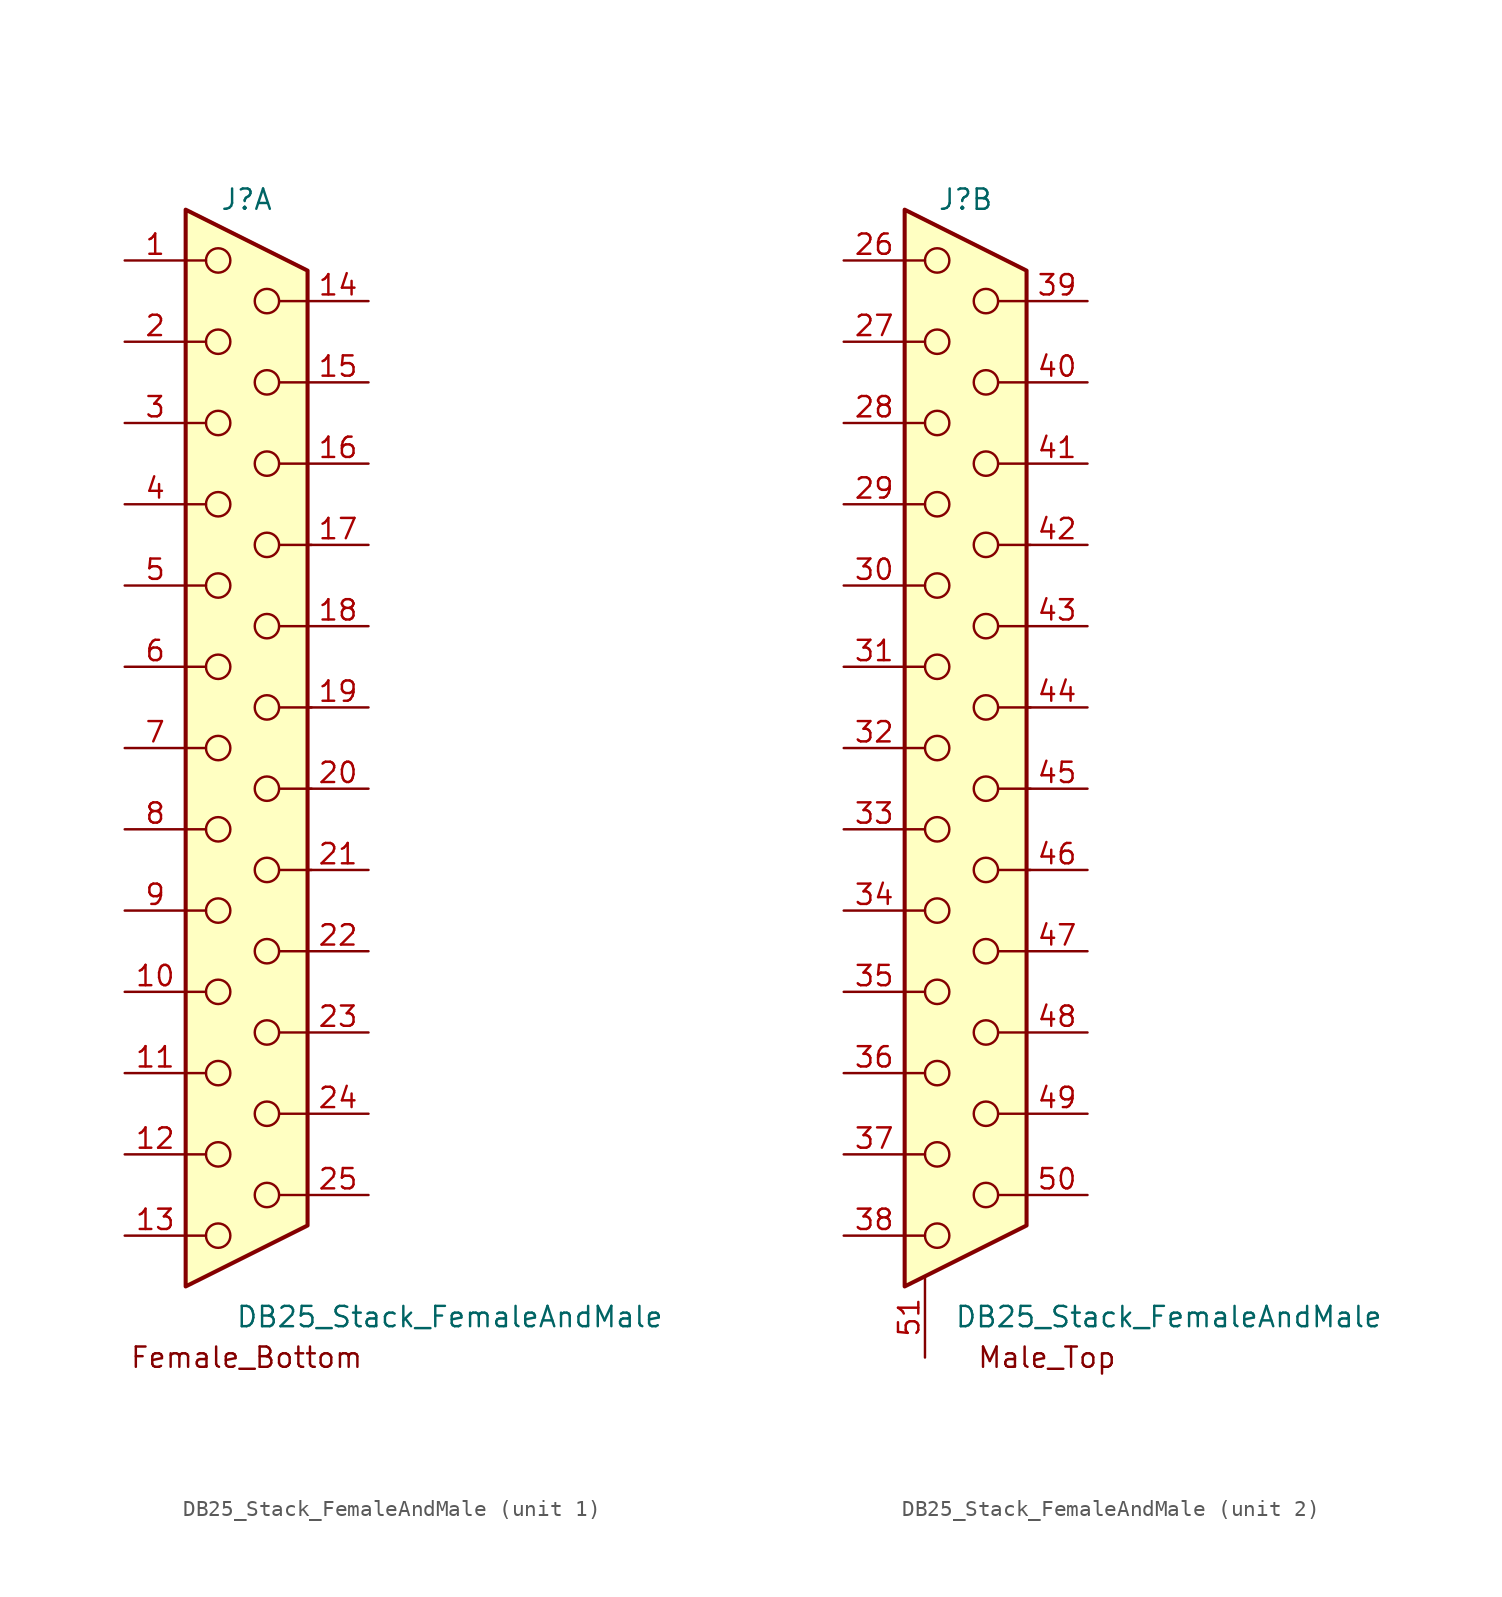
<source format=kicad_sym>
(kicad_symbol_lib
  (version 20231120)
  (generator "kicad_symbol_editor")
  (generator_version "8.0")
  (symbol "DB25_Stack_FemaleAndMale"
    (pin_names
      (offset 1.016) hide)
    (property "Reference" "J"
      (at 0 34.29 0)
      (effects (font (size 1.27 1.27))))
    (property "Value" "DB25_Stack_FemaleAndMale"
      (at 12.7 -35.56 0)
      (effects (font (size 1.27 1.27))))
    (symbol "DB25_Stack_FemaleAndMale_0_1"
      (circle (center -1.778 -30.48) (radius 0.762) (stroke (width 0) (type default)) (fill (type none)))
      (circle (center -1.778 -25.4) (radius 0.762) (stroke (width 0) (type default)) (fill (type none)))
      (circle (center -1.778 -20.32) (radius 0.762) (stroke (width 0) (type default)) (fill (type none)))
      (circle (center -1.778 -15.24) (radius 0.762) (stroke (width 0) (type default)) (fill (type none)))
      (circle (center -1.778 -10.16) (radius 0.762) (stroke (width 0) (type default)) (fill (type none)))
      (circle (center -1.778 -5.08) (radius 0.762) (stroke (width 0) (type default)) (fill (type none)))
      (circle (center -1.778 0) (radius 0.762) (stroke (width 0) (type default)) (fill (type none)))
      (circle (center -1.778 5.08) (radius 0.762) (stroke (width 0) (type default)) (fill (type none)))
      (circle (center -1.778 10.16) (radius 0.762) (stroke (width 0) (type default)) (fill (type none)))
      (circle (center -1.778 15.24) (radius 0.762) (stroke (width 0) (type default)) (fill (type none)))
      (circle (center -1.778 20.32) (radius 0.762) (stroke (width 0) (type default)) (fill (type none)))
      (circle (center -1.778 25.4) (radius 0.762) (stroke (width 0) (type default)) (fill (type none)))
      (circle (center -1.778 30.48) (radius 0.762) (stroke (width 0) (type default)) (fill (type none)))
      (polyline (pts (xy -3.81 -30.48) (xy -2.54 -30.48)) (stroke (width 0) (type default)) (fill (type none)))
      (polyline (pts (xy -3.81 -25.4) (xy -2.54 -25.4)) (stroke (width 0) (type default)) (fill (type none)))
      (polyline (pts (xy -3.81 -20.32) (xy -2.54 -20.32)) (stroke (width 0) (type default)) (fill (type none)))
      (polyline (pts (xy -3.81 -15.24) (xy -2.54 -15.24)) (stroke (width 0) (type default)) (fill (type none)))
      (polyline (pts (xy -3.81 -10.16) (xy -2.54 -10.16)) (stroke (width 0) (type default)) (fill (type none)))
      (polyline (pts (xy -3.81 -5.08) (xy -2.54 -5.08)) (stroke (width 0) (type default)) (fill (type none)))
      (polyline (pts (xy -3.81 0) (xy -2.54 0)) (stroke (width 0) (type default)) (fill (type none)))
      (polyline (pts (xy -3.81 5.08) (xy -2.54 5.08)) (stroke (width 0) (type default)) (fill (type none)))
      (polyline (pts (xy -3.81 10.16) (xy -2.54 10.16)) (stroke (width 0) (type default)) (fill (type none)))
      (polyline (pts (xy -3.81 15.24) (xy -2.54 15.24)) (stroke (width 0) (type default)) (fill (type none)))
      (polyline (pts (xy -3.81 20.32) (xy -2.54 20.32)) (stroke (width 0) (type default)) (fill (type none)))
      (polyline (pts (xy -3.81 25.4) (xy -2.54 25.4)) (stroke (width 0) (type default)) (fill (type none)))
      (polyline (pts (xy -3.81 30.48) (xy -2.54 30.48)) (stroke (width 0) (type default)) (fill (type none)))
      (polyline (pts (xy 2.032 -17.78) (xy 3.81 -17.78)) (stroke (width 0) (type default)) (fill (type none)))
      (polyline (pts (xy 2.032 -12.7) (xy 3.81 -12.7)) (stroke (width 0) (type default)) (fill (type none)))
      (polyline (pts (xy 2.032 -2.54) (xy 4.064 -2.54)) (stroke (width 0) (type default)) (fill (type none)))
      (polyline (pts (xy 2.032 7.62) (xy 3.81 7.62)) (stroke (width 0) (type default)) (fill (type none)))
      (polyline (pts (xy 2.032 12.7) (xy 4.064 12.7)) (stroke (width 0) (type default)) (fill (type none)))
      (polyline (pts (xy 2.032 17.78) (xy 3.81 17.78)) (stroke (width 0) (type default)) (fill (type none)))
      (polyline (pts (xy 2.032 22.86) (xy 3.81 22.86)) (stroke (width 0) (type default)) (fill (type none)))
      (polyline (pts (xy 2.032 27.94) (xy 3.81 27.94)) (stroke (width 0) (type default)) (fill (type none)))
      (polyline (pts (xy 3.81 -27.94) (xy 2.032 -27.94)) (stroke (width 0) (type default)) (fill (type none)))
      (polyline (pts (xy 3.81 -22.86) (xy 2.032 -22.86)) (stroke (width 0) (type default)) (fill (type none)))
      (polyline (pts (xy 4.064 -7.62) (xy 2.032 -7.62)) (stroke (width 0) (type default)) (fill (type none)))
      (polyline (pts (xy 4.064 2.54) (xy 2.032 2.54)) (stroke (width 0) (type default)) (fill (type none)))
      (polyline (pts (xy -3.81 33.655) (xy 3.81 29.845) (xy 3.81 -29.845) (xy -3.81 -33.655) (xy -3.81 33.655)) (stroke (width 0.254) (type default)) (fill (type background)))
      (circle (center 1.27 -27.94) (radius 0.762) (stroke (width 0) (type default)) (fill (type none)))
      (circle (center 1.27 -22.86) (radius 0.762) (stroke (width 0) (type default)) (fill (type none)))
      (circle (center 1.27 -17.78) (radius 0.762) (stroke (width 0) (type default)) (fill (type none)))
      (circle (center 1.27 -12.7) (radius 0.762) (stroke (width 0) (type default)) (fill (type none)))
      (circle (center 1.27 -7.62) (radius 0.762) (stroke (width 0) (type default)) (fill (type none)))
      (circle (center 1.27 -2.54) (radius 0.762) (stroke (width 0) (type default)) (fill (type none)))
      (circle (center 1.27 2.54) (radius 0.762) (stroke (width 0) (type default)) (fill (type none)))
      (circle (center 1.27 7.62) (radius 0.762) (stroke (width 0) (type default)) (fill (type none)))
      (circle (center 1.27 12.7) (radius 0.762) (stroke (width 0) (type default)) (fill (type none)))
      (circle (center 1.27 17.78) (radius 0.762) (stroke (width 0) (type default)) (fill (type none)))
      (circle (center 1.27 22.86) (radius 0.762) (stroke (width 0) (type default)) (fill (type none)))
      (circle (center 1.27 27.94) (radius 0.762) (stroke (width 0) (type default)) (fill (type none))))
    (symbol "DB25_Stack_FemaleAndMale_1_0"
      (text "Female_Bottom" (at 0 -38.1 0) (effects (font (size 1.27 1.27)))))
    (symbol "DB25_Stack_FemaleAndMale_1_1"
      (pin passive line (at -7.62 30.48 0) (length 3.81) (name "1" (effects (font (size 1.27 1.27)))) (number "1" (effects (font (size 1.27 1.27)))))
      (pin passive line (at -7.62 -15.24 0) (length 3.81) (name "10" (effects (font (size 1.27 1.27)))) (number "10" (effects (font (size 1.27 1.27)))))
      (pin passive line (at -7.62 -20.32 0) (length 3.81) (name "11" (effects (font (size 1.27 1.27)))) (number "11" (effects (font (size 1.27 1.27)))))
      (pin passive line (at -7.62 -25.4 0) (length 3.81) (name "12" (effects (font (size 1.27 1.27)))) (number "12" (effects (font (size 1.27 1.27)))))
      (pin passive line (at -7.62 -30.48 0) (length 3.81) (name "13" (effects (font (size 1.27 1.27)))) (number "13" (effects (font (size 1.27 1.27)))))
      (pin passive line (at 7.62 27.94 180) (length 3.81) (name "P14" (effects (font (size 1.27 1.27)))) (number "14" (effects (font (size 1.27 1.27)))))
      (pin passive line (at 7.62 22.86 180) (length 3.81) (name "P15" (effects (font (size 1.27 1.27)))) (number "15" (effects (font (size 1.27 1.27)))))
      (pin passive line (at 7.62 17.78 180) (length 3.81) (name "P16" (effects (font (size 1.27 1.27)))) (number "16" (effects (font (size 1.27 1.27)))))
      (pin passive line (at 7.62 12.7 180) (length 3.81) (name "P17" (effects (font (size 1.27 1.27)))) (number "17" (effects (font (size 1.27 1.27)))))
      (pin passive line (at 7.62 7.62 180) (length 3.81) (name "P18" (effects (font (size 1.27 1.27)))) (number "18" (effects (font (size 1.27 1.27)))))
      (pin passive line (at 7.62 2.54 180) (length 3.81) (name "P19" (effects (font (size 1.27 1.27)))) (number "19" (effects (font (size 1.27 1.27)))))
      (pin passive line (at -7.62 25.4 0) (length 3.81) (name "2" (effects (font (size 1.27 1.27)))) (number "2" (effects (font (size 1.27 1.27)))))
      (pin passive line (at 7.62 -2.54 180) (length 3.81) (name "P20" (effects (font (size 1.27 1.27)))) (number "20" (effects (font (size 1.27 1.27)))))
      (pin passive line (at 7.62 -7.62 180) (length 3.81) (name "P21" (effects (font (size 1.27 1.27)))) (number "21" (effects (font (size 1.27 1.27)))))
      (pin passive line (at 7.62 -12.7 180) (length 3.81) (name "P22" (effects (font (size 1.27 1.27)))) (number "22" (effects (font (size 1.27 1.27)))))
      (pin passive line (at 7.62 -17.78 180) (length 3.81) (name "P23" (effects (font (size 1.27 1.27)))) (number "23" (effects (font (size 1.27 1.27)))))
      (pin passive line (at 7.62 -22.86 180) (length 3.81) (name "P24" (effects (font (size 1.27 1.27)))) (number "24" (effects (font (size 1.27 1.27)))))
      (pin passive line (at 7.62 -27.94 180) (length 3.81) (name "P25" (effects (font (size 1.27 1.27)))) (number "25" (effects (font (size 1.27 1.27)))))
      (pin passive line (at -7.62 20.32 0) (length 3.81) (name "3" (effects (font (size 1.27 1.27)))) (number "3" (effects (font (size 1.27 1.27)))))
      (pin passive line (at -7.62 15.24 0) (length 3.81) (name "4" (effects (font (size 1.27 1.27)))) (number "4" (effects (font (size 1.27 1.27)))))
      (pin passive line (at -7.62 10.16 0) (length 3.81) (name "5" (effects (font (size 1.27 1.27)))) (number "5" (effects (font (size 1.27 1.27)))))
      (pin passive line (at -7.62 5.08 0) (length 3.81) (name "6" (effects (font (size 1.27 1.27)))) (number "6" (effects (font (size 1.27 1.27)))))
      (pin passive line (at -7.62 0 0) (length 3.81) (name "7" (effects (font (size 1.27 1.27)))) (number "7" (effects (font (size 1.27 1.27)))))
      (pin passive line (at -7.62 -5.08 0) (length 3.81) (name "8" (effects (font (size 1.27 1.27)))) (number "8" (effects (font (size 1.27 1.27)))))
      (pin passive line (at -7.62 -10.16 0) (length 3.81) (name "9" (effects (font (size 1.27 1.27)))) (number "9" (effects (font (size 1.27 1.27))))))
    (symbol "DB25_Stack_FemaleAndMale_2_0"
      (text "Male_Top" (at 5.08 -38.1 0) (effects (font (size 1.27 1.27))))
      (pin power_in line (at -2.54 -38.1 90) (length 5.02) (name "GND" (effects (font (size 1.27 1.27)))) (number "51" (effects (font (size 1.27 1.27))))))
    (symbol "DB25_Stack_FemaleAndMale_2_1"
      (pin passive line (at -7.62 30.48 0) (length 3.81) (name "26" (effects (font (size 1.27 1.27)))) (number "26" (effects (font (size 1.27 1.27)))))
      (pin passive line (at -7.62 25.4 0) (length 3.81) (name "27" (effects (font (size 1.27 1.27)))) (number "27" (effects (font (size 1.27 1.27)))))
      (pin passive line (at -7.62 20.32 0) (length 3.81) (name "28" (effects (font (size 1.27 1.27)))) (number "28" (effects (font (size 1.27 1.27)))))
      (pin passive line (at -7.62 15.24 0) (length 3.81) (name "29" (effects (font (size 1.27 1.27)))) (number "29" (effects (font (size 1.27 1.27)))))
      (pin passive line (at -7.62 10.16 0) (length 3.81) (name "30" (effects (font (size 1.27 1.27)))) (number "30" (effects (font (size 1.27 1.27)))))
      (pin passive line (at -7.62 5.08 0) (length 3.81) (name "31" (effects (font (size 1.27 1.27)))) (number "31" (effects (font (size 1.27 1.27)))))
      (pin passive line (at -7.62 0 0) (length 3.81) (name "32" (effects (font (size 1.27 1.27)))) (number "32" (effects (font (size 1.27 1.27)))))
      (pin passive line (at -7.62 -5.08 0) (length 3.81) (name "33" (effects (font (size 1.27 1.27)))) (number "33" (effects (font (size 1.27 1.27)))))
      (pin passive line (at -7.62 -10.16 0) (length 3.81) (name "34" (effects (font (size 1.27 1.27)))) (number "34" (effects (font (size 1.27 1.27)))))
      (pin passive line (at -7.62 -15.24 0) (length 3.81) (name "35" (effects (font (size 1.27 1.27)))) (number "35" (effects (font (size 1.27 1.27)))))
      (pin passive line (at -7.62 -20.32 0) (length 3.81) (name "36" (effects (font (size 1.27 1.27)))) (number "36" (effects (font (size 1.27 1.27)))))
      (pin passive line (at -7.62 -25.4 0) (length 3.81) (name "37" (effects (font (size 1.27 1.27)))) (number "37" (effects (font (size 1.27 1.27)))))
      (pin passive line (at -7.62 -30.48 0) (length 3.81) (name "38" (effects (font (size 1.27 1.27)))) (number "38" (effects (font (size 1.27 1.27)))))
      (pin passive line (at 7.62 27.94 180) (length 3.81) (name "39" (effects (font (size 1.27 1.27)))) (number "39" (effects (font (size 1.27 1.27)))))
      (pin passive line (at 7.62 22.86 180) (length 3.81) (name "40" (effects (font (size 1.27 1.27)))) (number "40" (effects (font (size 1.27 1.27)))))
      (pin passive line (at 7.62 17.78 180) (length 3.81) (name "41" (effects (font (size 1.27 1.27)))) (number "41" (effects (font (size 1.27 1.27)))))
      (pin passive line (at 7.62 12.7 180) (length 3.81) (name "42" (effects (font (size 1.27 1.27)))) (number "42" (effects (font (size 1.27 1.27)))))
      (pin passive line (at 7.62 7.62 180) (length 3.81) (name "43" (effects (font (size 1.27 1.27)))) (number "43" (effects (font (size 1.27 1.27)))))
      (pin passive line (at 7.62 2.54 180) (length 3.81) (name "44" (effects (font (size 1.27 1.27)))) (number "44" (effects (font (size 1.27 1.27)))))
      (pin passive line (at 7.62 -2.54 180) (length 3.81) (name "45" (effects (font (size 1.27 1.27)))) (number "45" (effects (font (size 1.27 1.27)))))
      (pin passive line (at 7.62 -7.62 180) (length 3.81) (name "46" (effects (font (size 1.27 1.27)))) (number "46" (effects (font (size 1.27 1.27)))))
      (pin passive line (at 7.62 -12.7 180) (length 3.81) (name "47" (effects (font (size 1.27 1.27)))) (number "47" (effects (font (size 1.27 1.27)))))
      (pin passive line (at 7.62 -17.78 180) (length 3.81) (name "48" (effects (font (size 1.27 1.27)))) (number "48" (effects (font (size 1.27 1.27)))))
      (pin passive line (at 7.62 -22.86 180) (length 3.81) (name "49" (effects (font (size 1.27 1.27)))) (number "49" (effects (font (size 1.27 1.27)))))
      (pin passive line (at 7.62 -27.94 180) (length 3.81) (name "50" (effects (font (size 1.27 1.27)))) (number "50" (effects (font (size 1.27 1.27))))))))
</source>
